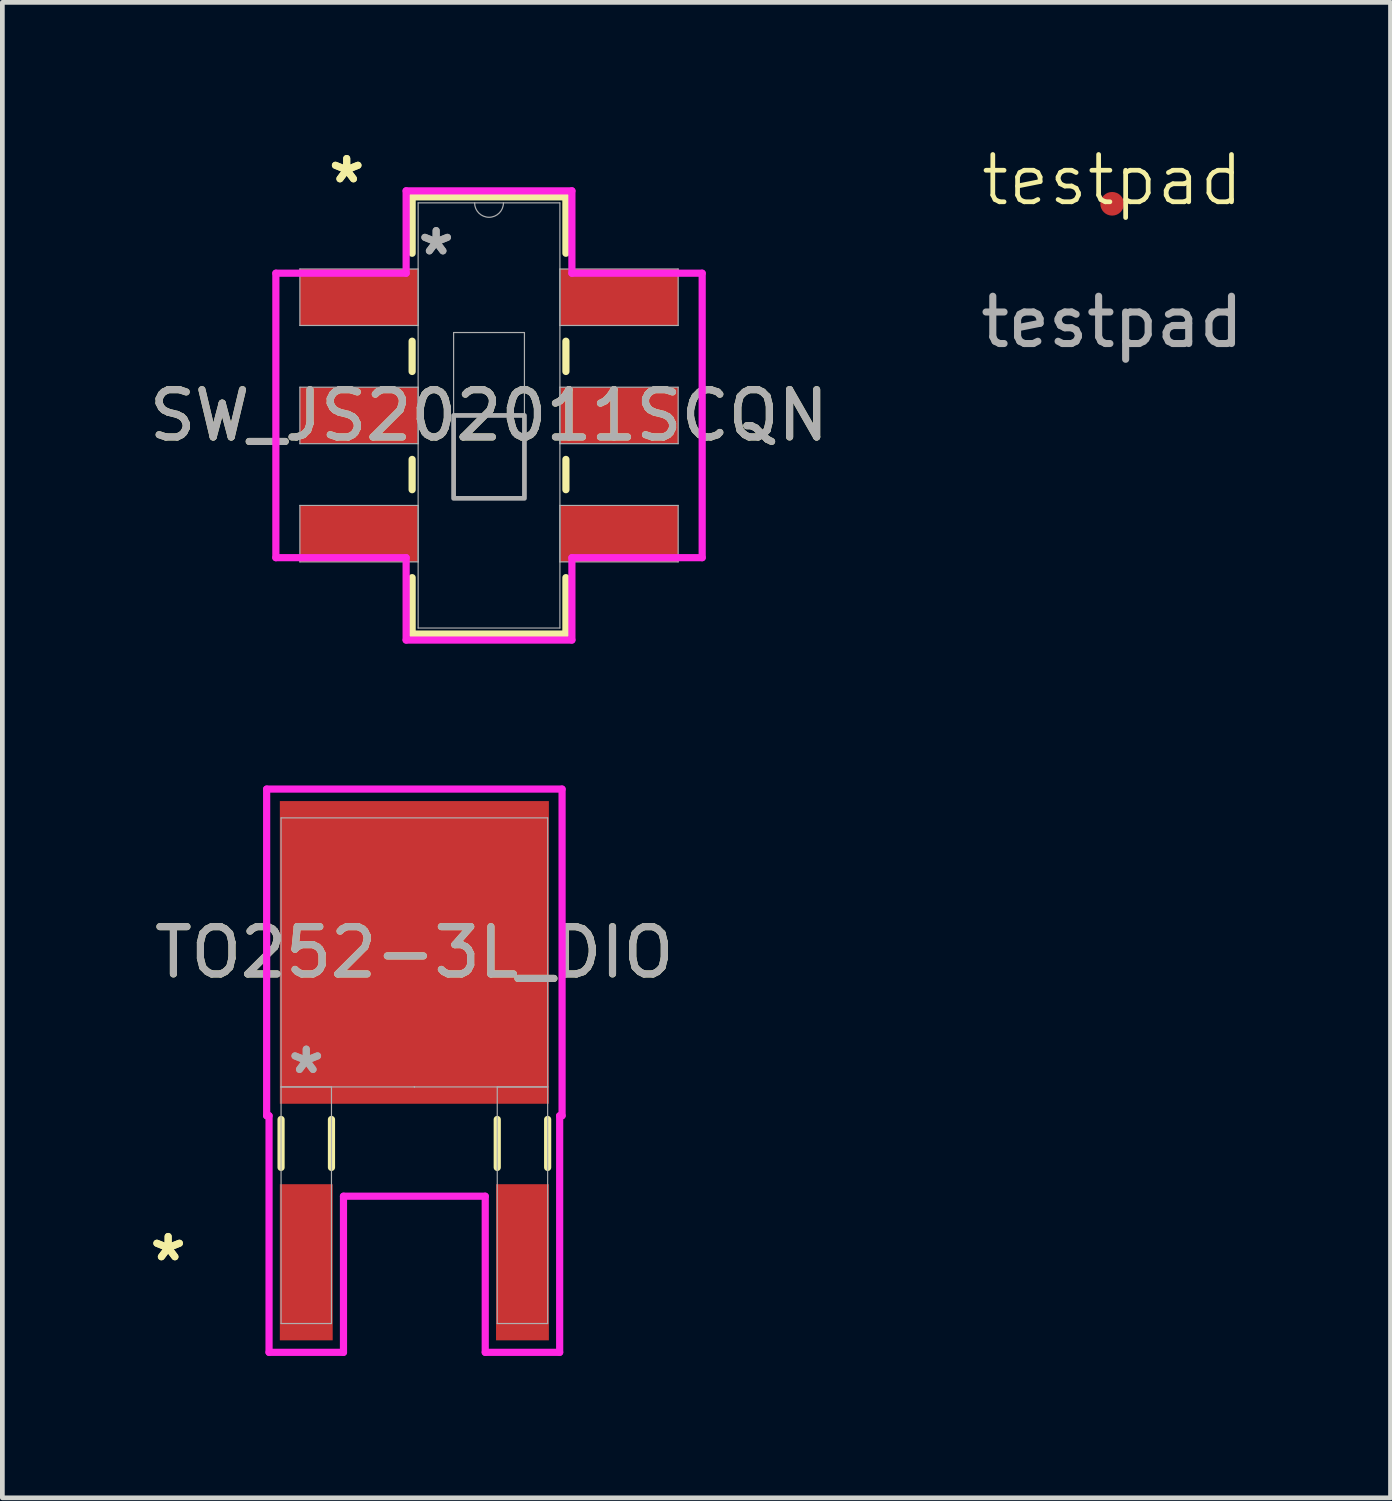
<source format=kicad_pcb>
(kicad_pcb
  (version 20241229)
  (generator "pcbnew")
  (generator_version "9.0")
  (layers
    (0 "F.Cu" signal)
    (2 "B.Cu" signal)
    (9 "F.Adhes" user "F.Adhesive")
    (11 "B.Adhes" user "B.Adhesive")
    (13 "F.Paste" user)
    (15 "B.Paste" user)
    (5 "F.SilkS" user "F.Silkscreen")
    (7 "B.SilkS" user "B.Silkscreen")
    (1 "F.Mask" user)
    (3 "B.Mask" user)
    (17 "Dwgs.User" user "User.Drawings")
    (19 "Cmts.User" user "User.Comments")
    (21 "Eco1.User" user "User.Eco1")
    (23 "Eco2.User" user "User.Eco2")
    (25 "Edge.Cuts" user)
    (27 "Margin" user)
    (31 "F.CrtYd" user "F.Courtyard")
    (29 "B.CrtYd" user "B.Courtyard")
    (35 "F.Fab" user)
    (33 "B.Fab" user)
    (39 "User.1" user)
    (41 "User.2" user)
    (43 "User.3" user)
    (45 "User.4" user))
  (footprint "SW_JS202011SCQN"
    (layer "F.Cu")
    (at 7.292 5.736)
    (property "Reference" "SW_JS202011SCQN" (at 0 0 0) (unlocked yes) (layer "F.SilkS") (effects (font (size 1 1) (thickness 0.15))))
    (attr smd)
    (fp_line (start -1.626 -4.623) (end -1.626 -3.43) (stroke (width 0.152) (type solid)) (layer "F.SilkS"))
    (fp_line (start -1.626 -1.57) (end -1.626 -0.93) (stroke (width 0.152) (type solid)) (layer "F.SilkS"))
    (fp_line (start -1.626 0.93) (end -1.626 1.57) (stroke (width 0.152) (type solid)) (layer "F.SilkS"))
    (fp_line (start -1.626 3.43) (end -1.626 4.623) (stroke (width 0.152) (type solid)) (layer "F.SilkS"))
    (fp_line (start -1.626 4.623) (end 1.626 4.623) (stroke (width 0.152) (type solid)) (layer "F.SilkS"))
    (fp_line (start 1.626 -4.623) (end -1.626 -4.623) (stroke (width 0.152) (type solid)) (layer "F.SilkS"))
    (fp_line (start 1.626 -3.43) (end 1.626 -4.623) (stroke (width 0.152) (type solid)) (layer "F.SilkS"))
    (fp_line (start 1.626 -0.93) (end 1.626 -1.57) (stroke (width 0.152) (type solid)) (layer "F.SilkS"))
    (fp_line (start 1.626 1.57) (end 1.626 0.93) (stroke (width 0.152) (type solid)) (layer "F.SilkS"))
    (fp_line (start 1.626 4.623) (end 1.626 3.43) (stroke (width 0.152) (type solid)) (layer "F.SilkS"))
    (fp_line (start -4.508 -3.008) (end -1.753 -3.008) (stroke (width 0.152) (type solid)) (layer "F.CrtYd"))
    (fp_line (start -4.508 3.008) (end -4.508 -3.008) (stroke (width 0.152) (type solid)) (layer "F.CrtYd"))
    (fp_line (start -1.753 -4.75) (end 1.753 -4.75) (stroke (width 0.152) (type solid)) (layer "F.CrtYd"))
    (fp_line (start -1.753 -3.008) (end -1.753 -4.75) (stroke (width 0.152) (type solid)) (layer "F.CrtYd"))
    (fp_line (start -1.753 3.008) (end -4.508 3.008) (stroke (width 0.152) (type solid)) (layer "F.CrtYd"))
    (fp_line (start -1.753 4.75) (end -1.753 3.008) (stroke (width 0.152) (type solid)) (layer "F.CrtYd"))
    (fp_line (start 1.753 -4.75) (end 1.753 -3.008) (stroke (width 0.152) (type solid)) (layer "F.CrtYd"))
    (fp_line (start 1.753 -3.008) (end 4.508 -3.008) (stroke (width 0.152) (type solid)) (layer "F.CrtYd"))
    (fp_line (start 1.753 3.008) (end 1.753 4.75) (stroke (width 0.152) (type solid)) (layer "F.CrtYd"))
    (fp_line (start 1.753 4.75) (end -1.753 4.75) (stroke (width 0.152) (type solid)) (layer "F.CrtYd"))
    (fp_line (start 4.508 -3.008) (end 4.508 3.008) (stroke (width 0.152) (type solid)) (layer "F.CrtYd"))
    (fp_line (start 4.508 3.008) (end 1.753 3.008) (stroke (width 0.152) (type solid)) (layer "F.CrtYd"))
    (fp_line (start -4 -3.097) (end -4 -1.903) (stroke (width 0.025) (type solid)) (layer "F.Fab"))
    (fp_line (start -4 -1.903) (end -1.499 -1.903) (stroke (width 0.025) (type solid)) (layer "F.Fab"))
    (fp_line (start -4 -0.597) (end -4 0.597) (stroke (width 0.025) (type solid)) (layer "F.Fab"))
    (fp_line (start -4 0.597) (end -1.499 0.597) (stroke (width 0.025) (type solid)) (layer "F.Fab"))
    (fp_line (start -4 1.903) (end -4 3.097) (stroke (width 0.025) (type solid)) (layer "F.Fab"))
    (fp_line (start -4 3.097) (end -1.499 3.097) (stroke (width 0.025) (type solid)) (layer "F.Fab"))
    (fp_line (start -1.499 -4.496) (end -1.499 4.496) (stroke (width 0.025) (type solid)) (layer "F.Fab"))
    (fp_line (start -1.499 -3.097) (end -4 -3.097) (stroke (width 0.025) (type solid)) (layer "F.Fab"))
    (fp_line (start -1.499 -1.903) (end -1.499 -3.097) (stroke (width 0.025) (type solid)) (layer "F.Fab"))
    (fp_line (start -1.499 -0.597) (end -4 -0.597) (stroke (width 0.025) (type solid)) (layer "F.Fab"))
    (fp_line (start -1.499 0.597) (end -1.499 -0.597) (stroke (width 0.025) (type solid)) (layer "F.Fab"))
    (fp_line (start -1.499 1.903) (end -4 1.903) (stroke (width 0.025) (type solid)) (layer "F.Fab"))
    (fp_line (start -1.499 3.097) (end -1.499 1.903) (stroke (width 0.025) (type solid)) (layer "F.Fab"))
    (fp_line (start -1.499 4.496) (end 1.499 4.496) (stroke (width 0.025) (type solid)) (layer "F.Fab"))
    (fp_line (start -0.749 -1.753) (end 0.749 -1.753) (stroke (width 0.025) (type solid)) (layer "F.Fab"))
    (fp_line (start -0.749 1.753) (end -0.749 -1.753) (stroke (width 0.025) (type solid)) (layer "F.Fab"))
    (fp_line (start 0.749 -1.753) (end 0.749 1.753) (stroke (width 0.025) (type solid)) (layer "F.Fab"))
    (fp_line (start 0.749 1.753) (end -0.749 1.753) (stroke (width 0.025) (type solid)) (layer "F.Fab"))
    (fp_line (start 1.499 -4.496) (end -1.499 -4.496) (stroke (width 0.025) (type solid)) (layer "F.Fab"))
    (fp_line (start 1.499 -3.097) (end 1.499 -1.903) (stroke (width 0.025) (type solid)) (layer "F.Fab"))
    (fp_line (start 1.499 -1.903) (end 4 -1.903) (stroke (width 0.025) (type solid)) (layer "F.Fab"))
    (fp_line (start 1.499 -0.597) (end 1.499 0.597) (stroke (width 0.025) (type solid)) (layer "F.Fab"))
    (fp_line (start 1.499 0.597) (end 4 0.597) (stroke (width 0.025) (type solid)) (layer "F.Fab"))
    (fp_line (start 1.499 1.903) (end 1.499 3.097) (stroke (width 0.025) (type solid)) (layer "F.Fab"))
    (fp_line (start 1.499 3.097) (end 4 3.097) (stroke (width 0.025) (type solid)) (layer "F.Fab"))
    (fp_line (start 1.499 4.496) (end 1.499 -4.496) (stroke (width 0.025) (type solid)) (layer "F.Fab"))
    (fp_line (start 4 -3.097) (end 1.499 -3.097) (stroke (width 0.025) (type solid)) (layer "F.Fab"))
    (fp_line (start 4 -1.903) (end 4 -3.097) (stroke (width 0.025) (type solid)) (layer "F.Fab"))
    (fp_line (start 4 -0.597) (end 1.499 -0.597) (stroke (width 0.025) (type solid)) (layer "F.Fab"))
    (fp_line (start 4 0.597) (end 4 -0.597) (stroke (width 0.025) (type solid)) (layer "F.Fab"))
    (fp_line (start 4 1.903) (end 1.499 1.903) (stroke (width 0.025) (type solid)) (layer "F.Fab"))
    (fp_line (start 4 3.097) (end 4 1.903) (stroke (width 0.025) (type solid)) (layer "F.Fab"))
    (fp_arc (start 0.3048 -4.4958) (mid 0 -4.191) (end -0.3048 -4.4958) (stroke (width 0.0254) (type solid)) (layer "F.Fab"))
    (fp_poly (pts (xy -0.749 1.753) (xy -0.749 0) (xy 0.749 0) (xy 0.749 1.753)) (stroke (width 0.1) (type solid)) (fill no) (layer "F.Fab"))
    (fp_text user "*" (at -3.01 -4.888 0) (unlocked yes) (layer "F.SilkS") (effects (font (size 1 1) (thickness 0.15))))
    (fp_text user "*" (at -3.01 -4.888 0) (layer "F.SilkS") (effects (font (size 1 1) (thickness 0.15))))
    (fp_text user "*" (at -1.118 -3.364 0) (unlocked yes) (layer "F.Fab") (effects (font (size 1 1) (thickness 0.15))))
    (fp_text user "*" (at -1.118 -3.364 0) (layer "F.Fab") (effects (font (size 1 1) (thickness 0.15))))
    (fp_text user "${REFERENCE}" (at 0 0 0) (unlocked yes) (layer "F.Fab") (effects (font (size 1 1) (thickness 0.15))))
    (pad "1" smd rect (at -2.756 -2.5) (size 2.489 1.194) (layers "F.Cu" "F.Mask" "F.Paste"))
    (pad "2" smd rect (at -2.756 0) (size 2.489 1.194) (layers "F.Cu" "F.Mask" "F.Paste"))
    (pad "3" smd rect (at -2.756 2.5) (size 2.489 1.194) (layers "F.Cu" "F.Mask" "F.Paste"))
    (pad "4" smd rect (at 2.756 2.5) (size 2.489 1.194) (layers "F.Cu" "F.Mask" "F.Paste"))
    (pad "5" smd rect (at 2.756 0) (size 2.489 1.194) (layers "F.Cu" "F.Mask" "F.Paste"))
    (pad "6" smd rect (at 2.756 -2.5) (size 2.489 1.194) (layers "F.Cu" "F.Mask" "F.Paste")))
  (footprint "testpad"
    (layer "F.Cu")
    (at 20.47 1.26)
    (property "Reference" "testpad" (at 0 -0.5 0) (unlocked yes) (layer "F.SilkS") (effects (font (size 1 1) (thickness 0.1))))
    (attr smd)
    (fp_text user "${REFERENCE}" (at 0 2.5 0) (unlocked yes) (layer "F.Fab") (effects (font (size 1 1) (thickness 0.15))))
    (pad "1" smd circle (at 0 0) (size 0.5 0.5) (layers "F.Cu" "F.Mask")))
  (footprint "TO252-3L_DIO"
    (layer "F.Cu")
    (at 5.713 17.092)
    (property "Reference" "TO252-3L_DIO" (at 0 0 0) (unlocked yes) (layer "F.SilkS") (effects (font (size 1 1) (thickness 0.15))))
    (attr smd)
    (fp_line (start -2.819 3.533) (end -2.819 4.547) (stroke (width 0.152) (type solid)) (layer "F.SilkS"))
    (fp_line (start -1.753 3.533) (end -1.753 4.547) (stroke (width 0.152) (type solid)) (layer "F.SilkS"))
    (fp_line (start 1.753 3.533) (end 1.753 4.547) (stroke (width 0.152) (type solid)) (layer "F.SilkS"))
    (fp_line (start 2.819 3.533) (end 2.819 4.547) (stroke (width 0.152) (type solid)) (layer "F.SilkS"))
    (fp_line (start -3.124 -3.454) (end 3.124 -3.454) (stroke (width 0.152) (type solid)) (layer "F.CrtYd"))
    (fp_line (start -3.124 3.454) (end -3.124 -3.454) (stroke (width 0.152) (type solid)) (layer "F.CrtYd"))
    (fp_line (start -3.073 3.454) (end -3.124 3.454) (stroke (width 0.152) (type solid)) (layer "F.CrtYd"))
    (fp_line (start -3.073 8.458) (end -3.073 3.454) (stroke (width 0.152) (type solid)) (layer "F.CrtYd"))
    (fp_line (start -1.499 5.156) (end -1.499 8.458) (stroke (width 0.152) (type solid)) (layer "F.CrtYd"))
    (fp_line (start -1.499 8.458) (end -3.073 8.458) (stroke (width 0.152) (type solid)) (layer "F.CrtYd"))
    (fp_line (start 1.499 5.156) (end -1.499 5.156) (stroke (width 0.152) (type solid)) (layer "F.CrtYd"))
    (fp_line (start 1.499 8.458) (end 1.499 5.156) (stroke (width 0.152) (type solid)) (layer "F.CrtYd"))
    (fp_line (start 3.073 3.454) (end 3.073 8.458) (stroke (width 0.152) (type solid)) (layer "F.CrtYd"))
    (fp_line (start 3.073 8.458) (end 1.499 8.458) (stroke (width 0.152) (type solid)) (layer "F.CrtYd"))
    (fp_line (start 3.124 -3.454) (end 3.124 3.454) (stroke (width 0.152) (type solid)) (layer "F.CrtYd"))
    (fp_line (start 3.124 3.454) (end 3.073 3.454) (stroke (width 0.152) (type solid)) (layer "F.CrtYd"))
    (fp_line (start -2.819 -2.845) (end -2.819 2.845) (stroke (width 0.025) (type solid)) (layer "F.Fab"))
    (fp_line (start -2.819 2.845) (end -2.819 7.849) (stroke (width 0.025) (type solid)) (layer "F.Fab"))
    (fp_line (start -2.819 2.845) (end 2.819 2.845) (stroke (width 0.025) (type solid)) (layer "F.Fab"))
    (fp_line (start -2.819 7.849) (end -1.753 7.849) (stroke (width 0.025) (type solid)) (layer "F.Fab"))
    (fp_line (start -1.753 2.845) (end -2.819 2.845) (stroke (width 0.025) (type solid)) (layer "F.Fab"))
    (fp_line (start -1.753 7.849) (end -1.753 2.845) (stroke (width 0.025) (type solid)) (layer "F.Fab"))
    (fp_line (start 0 2.845) (end 0 2.845) (stroke (width 0.025) (type solid)) (layer "F.Fab"))
    (fp_line (start 0 2.845) (end 0 2.845) (stroke (width 0.025) (type solid)) (layer "F.Fab"))
    (fp_line (start 0 2.845) (end 0 2.845) (stroke (width 0.025) (type solid)) (layer "F.Fab"))
    (fp_line (start 1.753 2.845) (end 1.753 7.849) (stroke (width 0.025) (type solid)) (layer "F.Fab"))
    (fp_line (start 1.753 7.849) (end 2.819 7.849) (stroke (width 0.025) (type solid)) (layer "F.Fab"))
    (fp_line (start 2.819 -2.845) (end -2.819 -2.845) (stroke (width 0.025) (type solid)) (layer "F.Fab"))
    (fp_line (start 2.819 2.845) (end 1.753 2.845) (stroke (width 0.025) (type solid)) (layer "F.Fab"))
    (fp_line (start 2.819 2.845) (end 2.819 -2.845) (stroke (width 0.025) (type solid)) (layer "F.Fab"))
    (fp_line (start 2.819 7.849) (end 2.819 2.845) (stroke (width 0.025) (type solid)) (layer "F.Fab"))
    (fp_text user "*" (at -5.207 6.553 0) (layer "F.SilkS") (effects (font (size 1 1) (thickness 0.15))))
    (fp_text user "*" (at -5.207 6.553 0) (unlocked yes) (layer "F.SilkS") (effects (font (size 1 1) (thickness 0.15))))
    (fp_text user "*" (at -2.286 2.591 0) (unlocked yes) (layer "F.Fab") (effects (font (size 1 1) (thickness 0.15))))
    (fp_text user "*" (at -2.286 2.591 0) (layer "F.Fab") (effects (font (size 1 1) (thickness 0.15))))
    (fp_text user "${REFERENCE}" (at 0 0 0) (unlocked yes) (layer "F.Fab") (effects (font (size 1 1) (thickness 0.15))))
    (pad "1" smd rect (at -2.286 6.553) (size 1.118 3.302) (layers "F.Cu" "F.Mask" "F.Paste"))
    (pad "2" smd rect (at 0 0) (size 5.69 6.401) (layers "F.Cu" "F.Mask" "F.Paste"))
    (pad "3" smd rect (at 2.286 6.553) (size 1.118 3.302) (layers "F.Cu" "F.Mask" "F.Paste")))
  (gr_rect
    (start -3 -3)
    (end 26.357 28.627)
    (stroke (width 0.1) (type default))
    (fill no)
    (layer "Edge.Cuts")))
</source>
